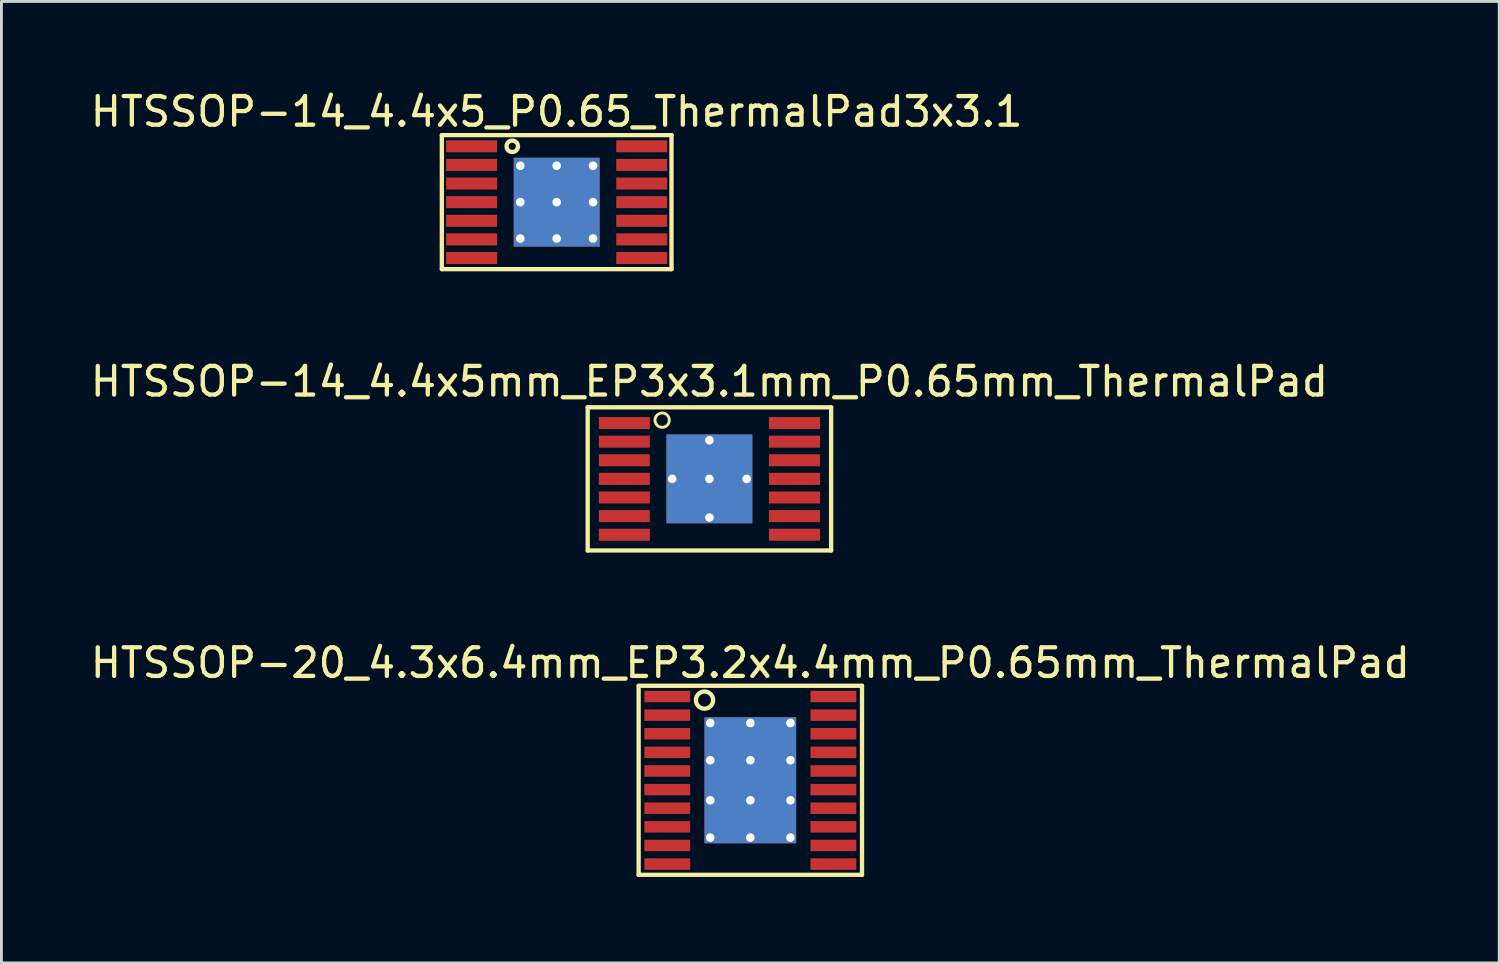
<source format=kicad_pcb>
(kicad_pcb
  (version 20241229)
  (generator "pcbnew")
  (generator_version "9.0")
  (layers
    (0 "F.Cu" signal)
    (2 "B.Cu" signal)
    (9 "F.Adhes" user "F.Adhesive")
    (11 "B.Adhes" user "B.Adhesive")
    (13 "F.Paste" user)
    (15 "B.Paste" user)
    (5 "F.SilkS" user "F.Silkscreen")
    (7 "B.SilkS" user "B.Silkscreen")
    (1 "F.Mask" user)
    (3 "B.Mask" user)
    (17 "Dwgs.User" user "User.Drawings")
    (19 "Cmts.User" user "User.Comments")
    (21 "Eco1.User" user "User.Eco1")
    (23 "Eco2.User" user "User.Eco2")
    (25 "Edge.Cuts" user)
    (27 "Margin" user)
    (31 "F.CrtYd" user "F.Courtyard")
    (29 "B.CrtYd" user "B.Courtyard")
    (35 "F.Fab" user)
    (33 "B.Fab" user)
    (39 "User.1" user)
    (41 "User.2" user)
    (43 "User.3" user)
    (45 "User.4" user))
  (footprint "HTSSOP-14_4.4x5mm_EP3x3.1mm_P0.65mm_ThermalPad"
    (layer "F.Cu")
    (at 21.72 13.671)
    (property "Reference" "HTSSOP-14_4.4x5mm_EP3x3.1mm_P0.65mm_ThermalPad" (at 0 -3.4 0) (layer "F.SilkS") (effects (font (size 1 1) (thickness 0.15))))
    (attr through_hole)
    (fp_line (start -4.25 -2.5) (end 4.25 -2.5) (stroke (width 0.15) (type solid)) (layer "F.SilkS"))
    (fp_line (start -4.25 2.5) (end -4.25 -2.5) (stroke (width 0.15) (type solid)) (layer "F.SilkS"))
    (fp_line (start 4.25 -2.5) (end 4.25 2.5) (stroke (width 0.15) (type solid)) (layer "F.SilkS"))
    (fp_line (start 4.25 2.5) (end -4.25 2.5) (stroke (width 0.15) (type solid)) (layer "F.SilkS"))
    (fp_circle (center -1.65 -2.05) (end -1.65 -2.3) (stroke (width 0.1) (type solid)) (fill no) (layer "F.SilkS"))
    (pad "" smd rect (at -0.75 -0.75) (size 1.3 1.3) (layers "F.Paste"))
    (pad "" smd rect (at -0.75 0.75) (size 1.3 1.3) (layers "F.Paste"))
    (pad "" smd rect (at 0.75 -0.75) (size 1.3 1.3) (layers "F.Paste"))
    (pad "" smd rect (at 0.75 0.75) (size 1.3 1.3) (layers "F.Paste"))
    (pad "1" smd rect (at -2.97 -1.95) (size 1.78 0.42) (layers "F.Cu" "F.Mask" "F.Paste"))
    (pad "2" smd rect (at -2.97 -1.3) (size 1.78 0.42) (layers "F.Cu" "F.Mask" "F.Paste"))
    (pad "3" smd rect (at -2.97 -0.65) (size 1.78 0.42) (layers "F.Cu" "F.Mask" "F.Paste"))
    (pad "4" smd rect (at -2.97 0) (size 1.78 0.42) (layers "F.Cu" "F.Mask" "F.Paste"))
    (pad "5" smd rect (at -2.97 0.65) (size 1.78 0.42) (layers "F.Cu" "F.Mask" "F.Paste"))
    (pad "6" smd rect (at -2.97 1.3) (size 1.78 0.42) (layers "F.Cu" "F.Mask" "F.Paste"))
    (pad "7" smd rect (at -2.97 1.95) (size 1.78 0.42) (layers "F.Cu" "F.Mask" "F.Paste"))
    (pad "7" thru_hole circle (at -1.3 0) (size 0.35 0.35) (drill 0.3) (layers "*.Cu"))
    (pad "7" thru_hole circle (at 0 -1.35) (size 0.35 0.35) (drill 0.3) (layers "*.Cu"))
    (pad "7" thru_hole circle (at 0 0) (size 0.35 0.35) (drill 0.3) (layers "*.Cu"))
    (pad "7" smd rect (at 0 0) (size 3 3.1) (layers "F.Cu" "F.Mask"))
    (pad "7" smd rect (at 0 0) (size 3 3.1) (layers "B.Cu"))
    (pad "7" thru_hole circle (at 0 1.35) (size 0.35 0.35) (drill 0.3) (layers "*.Cu"))
    (pad "7" thru_hole circle (at 1.3 0) (size 0.35 0.35) (drill 0.3) (layers "*.Cu"))
    (pad "8" smd rect (at 2.97 1.95) (size 1.78 0.42) (layers "F.Cu" "F.Mask" "F.Paste"))
    (pad "9" smd rect (at 2.97 1.3) (size 1.78 0.42) (layers "F.Cu" "F.Mask" "F.Paste"))
    (pad "10" smd rect (at 2.97 0.65) (size 1.78 0.42) (layers "F.Cu" "F.Mask" "F.Paste"))
    (pad "11" smd rect (at 2.97 0) (size 1.78 0.42) (layers "F.Cu" "F.Mask" "F.Paste"))
    (pad "12" smd rect (at 2.97 -0.65) (size 1.78 0.42) (layers "F.Cu" "F.Mask" "F.Paste"))
    (pad "13" smd rect (at 2.97 -1.3) (size 1.78 0.42) (layers "F.Cu" "F.Mask" "F.Paste"))
    (pad "14" smd rect (at 2.97 -1.95) (size 1.78 0.42) (layers "F.Cu" "F.Mask" "F.Paste")))
  (footprint "HTSSOP-20_4.3x6.4mm_EP3.2x4.4mm_P0.65mm_ThermalPad"
    (layer "F.Cu")
    (at 23.149 24.195)
    (property "Reference" "HTSSOP-20_4.3x6.4mm_EP3.2x4.4mm_P0.65mm_ThermalPad" (at 0 -4.1 0) (layer "F.SilkS") (effects (font (size 1 1) (thickness 0.15))))
    (attr through_hole)
    (fp_line (start -3.9 -3.3) (end 3.9 -3.3) (stroke (width 0.15) (type solid)) (layer "F.SilkS"))
    (fp_line (start -3.9 3.3) (end -3.9 -3.3) (stroke (width 0.15) (type solid)) (layer "F.SilkS"))
    (fp_line (start 3.9 -3.3) (end 3.9 3.3) (stroke (width 0.15) (type solid)) (layer "F.SilkS"))
    (fp_line (start 3.9 3.3) (end -3.9 3.3) (stroke (width 0.15) (type solid)) (layer "F.SilkS"))
    (fp_circle (center -1.6 -2.8) (end -1.6 -3.1) (stroke (width 0.15) (type solid)) (fill no) (layer "F.SilkS"))
    (pad "" smd rect (at -0.75 -1.4) (size 1.3 1.2) (layers "F.Paste"))
    (pad "" smd rect (at -0.75 0) (size 1.3 1.2) (layers "F.Paste"))
    (pad "" smd rect (at -0.75 1.4) (size 1.3 1.2) (layers "F.Paste"))
    (pad "" smd rect (at 0.75 -1.4) (size 1.3 1.2) (layers "F.Paste"))
    (pad "" smd rect (at 0.75 0) (size 1.3 1.2) (layers "F.Paste"))
    (pad "" smd rect (at 0.75 1.4) (size 1.3 1.2) (layers "F.Paste"))
    (pad "1" smd rect (at -2.9 -2.925) (size 1.6 0.4) (layers "F.Cu" "F.Mask" "F.Paste"))
    (pad "2" smd rect (at -2.9 -2.275) (size 1.6 0.4) (layers "F.Cu" "F.Mask" "F.Paste"))
    (pad "3" smd rect (at -2.9 -1.625) (size 1.6 0.4) (layers "F.Cu" "F.Mask" "F.Paste"))
    (pad "4" smd rect (at -2.9 -0.975) (size 1.6 0.4) (layers "F.Cu" "F.Mask" "F.Paste"))
    (pad "5" smd rect (at -2.9 -0.325) (size 1.6 0.4) (layers "F.Cu" "F.Mask" "F.Paste"))
    (pad "6" smd rect (at -2.9 0.325) (size 1.6 0.4) (layers "F.Cu" "F.Mask" "F.Paste"))
    (pad "7" smd rect (at -2.9 0.975) (size 1.6 0.4) (layers "F.Cu" "F.Mask" "F.Paste"))
    (pad "8" smd rect (at -2.9 1.625) (size 1.6 0.4) (layers "F.Cu" "F.Mask" "F.Paste"))
    (pad "9" smd rect (at -2.9 2.275) (size 1.6 0.4) (layers "F.Cu" "F.Mask" "F.Paste"))
    (pad "10" smd rect (at -2.9 2.925) (size 1.6 0.4) (layers "F.Cu" "F.Mask" "F.Paste"))
    (pad "11" smd rect (at 2.9 2.925) (size 1.6 0.4) (layers "F.Cu" "F.Mask" "F.Paste"))
    (pad "12" smd rect (at 2.9 2.275) (size 1.6 0.4) (layers "F.Cu" "F.Mask" "F.Paste"))
    (pad "13" smd rect (at 2.9 1.625) (size 1.6 0.4) (layers "F.Cu" "F.Mask" "F.Paste"))
    (pad "14" smd rect (at 2.9 0.975) (size 1.6 0.4) (layers "F.Cu" "F.Mask" "F.Paste"))
    (pad "15" smd rect (at 2.9 0.325) (size 1.6 0.4) (layers "F.Cu" "F.Mask" "F.Paste"))
    (pad "16" smd rect (at 2.9 -0.325) (size 1.6 0.4) (layers "F.Cu" "F.Mask" "F.Paste"))
    (pad "17" smd rect (at 2.9 -0.975) (size 1.6 0.4) (layers "F.Cu" "F.Mask" "F.Paste"))
    (pad "18" smd rect (at 2.9 -1.625) (size 1.6 0.4) (layers "F.Cu" "F.Mask" "F.Paste"))
    (pad "19" smd rect (at 2.9 -2.275) (size 1.6 0.4) (layers "F.Cu" "F.Mask" "F.Paste"))
    (pad "20" smd rect (at 2.9 -2.925) (size 1.6 0.4) (layers "F.Cu" "F.Mask" "F.Paste"))
    (pad "21" thru_hole circle (at -1.4 -2) (size 0.35 0.35) (drill 0.3) (layers "*.Cu"))
    (pad "21" thru_hole circle (at -1.4 -0.7) (size 0.35 0.35) (drill 0.3) (layers "*.Cu"))
    (pad "21" thru_hole circle (at -1.4 0.7) (size 0.35 0.35) (drill 0.3) (layers "*.Cu"))
    (pad "21" thru_hole circle (at -1.4 2) (size 0.35 0.35) (drill 0.3) (layers "*.Cu"))
    (pad "21" thru_hole circle (at 0 -2) (size 0.35 0.35) (drill 0.3) (layers "*.Cu"))
    (pad "21" thru_hole circle (at 0 -0.7) (size 0.35 0.35) (drill 0.3) (layers "*.Cu"))
    (pad "21" smd rect (at 0 0) (size 3.2 4.4) (layers "F.Cu" "F.Mask"))
    (pad "21" smd rect (at 0 0) (size 3.2 4.4) (layers "B.Cu"))
    (pad "21" thru_hole circle (at 0 0.7) (size 0.35 0.35) (drill 0.3) (layers "*.Cu"))
    (pad "21" thru_hole circle (at 0 2) (size 0.35 0.35) (drill 0.3) (layers "*.Cu"))
    (pad "21" thru_hole circle (at 1.4 -2) (size 0.35 0.35) (drill 0.3) (layers "*.Cu"))
    (pad "21" thru_hole circle (at 1.4 -0.7) (size 0.35 0.35) (drill 0.3) (layers "*.Cu"))
    (pad "21" thru_hole circle (at 1.4 0.7) (size 0.35 0.35) (drill 0.3) (layers "*.Cu"))
    (pad "21" thru_hole circle (at 1.4 2) (size 0.35 0.35) (drill 0.3) (layers "*.Cu")))
  (footprint "HTSSOP-14_4.4x5_P0.65_ThermalPad3x3.1"
    (layer "F.Cu")
    (at 16.387 4.008)
    (property "Reference" "HTSSOP-14_4.4x5_P0.65_ThermalPad3x3.1" (at 0 -3.16 0) (layer "F.SilkS") (effects (font (size 1 1) (thickness 0.15))))
    (attr through_hole)
    (fp_line (start -4.01 -2.34) (end 4.01 -2.34) (stroke (width 0.15) (type solid)) (layer "F.SilkS"))
    (fp_line (start -4.01 2.34) (end -4.01 -2.34) (stroke (width 0.15) (type solid)) (layer "F.SilkS"))
    (fp_line (start 4.01 -2.34) (end 4.01 2.34) (stroke (width 0.15) (type solid)) (layer "F.SilkS"))
    (fp_line (start 4.01 2.34) (end -4.01 2.34) (stroke (width 0.15) (type solid)) (layer "F.SilkS"))
    (fp_circle (center -1.55 -1.95) (end -1.35 -1.95) (stroke (width 0.15) (type solid)) (fill no) (layer "F.SilkS"))
    (pad "" np_thru_hole circle (at -1.27 -1.27) (size 0.3 0.3) (drill 0.3) (layers "*.Cu"))
    (pad "" np_thru_hole circle (at -1.27 0) (size 0.3 0.3) (drill 0.3) (layers "*.Cu"))
    (pad "" np_thru_hole circle (at -1.27 1.27) (size 0.3 0.3) (drill 0.3) (layers "*.Cu"))
    (pad "" np_thru_hole circle (at 0 -1.27) (size 0.3 0.3) (drill 0.3) (layers "*.Cu"))
    (pad "" np_thru_hole circle (at 0 0) (size 0.3 0.3) (drill 0.3) (layers "*.Cu"))
    (pad "" np_thru_hole circle (at 0 1.27) (size 0.3 0.3) (drill 0.3) (layers "*.Cu"))
    (pad "" np_thru_hole circle (at 1.27 -1.27) (size 0.3 0.3) (drill 0.3) (layers "*.Cu"))
    (pad "" np_thru_hole circle (at 1.27 0) (size 0.3 0.3) (drill 0.3) (layers "*.Cu"))
    (pad "" np_thru_hole circle (at 1.27 1.27) (size 0.3 0.3) (drill 0.3) (layers "*.Cu"))
    (pad "1" smd rect (at -2.97 -1.95) (size 1.78 0.42) (layers "F.Cu" "F.Mask" "F.Paste"))
    (pad "2" smd rect (at -2.97 -1.3) (size 1.78 0.42) (layers "F.Cu" "F.Mask" "F.Paste"))
    (pad "3" smd rect (at -2.97 -0.65) (size 1.78 0.42) (layers "F.Cu" "F.Mask" "F.Paste"))
    (pad "4" smd rect (at -2.97 0) (size 1.78 0.42) (layers "F.Cu" "F.Mask" "F.Paste"))
    (pad "5" smd rect (at -2.97 0.65) (size 1.78 0.42) (layers "F.Cu" "F.Mask" "F.Paste"))
    (pad "6" smd rect (at -2.97 1.3) (size 1.78 0.42) (layers "F.Cu" "F.Mask" "F.Paste"))
    (pad "7" smd rect (at -2.97 1.95) (size 1.78 0.42) (layers "F.Cu" "F.Mask" "F.Paste"))
    (pad "8" smd rect (at 2.97 1.95) (size 1.78 0.42) (layers "F.Cu" "F.Mask" "F.Paste"))
    (pad "9" smd rect (at 2.97 1.3) (size 1.78 0.42) (layers "F.Cu" "F.Mask" "F.Paste"))
    (pad "10" smd rect (at 2.97 0.65) (size 1.78 0.42) (layers "F.Cu" "F.Mask" "F.Paste"))
    (pad "11" smd rect (at 2.97 0) (size 1.78 0.42) (layers "F.Cu" "F.Mask" "F.Paste"))
    (pad "12" smd rect (at 2.97 -0.65) (size 1.78 0.42) (layers "F.Cu" "F.Mask" "F.Paste"))
    (pad "13" smd rect (at 2.97 -1.3) (size 1.78 0.42) (layers "F.Cu" "F.Mask" "F.Paste"))
    (pad "14" smd rect (at 2.97 -1.95) (size 1.78 0.42) (layers "F.Cu" "F.Mask" "F.Paste"))
    (pad "15" smd rect (at 0 0) (size 3 3.1) (layers "F.Cu" "F.Mask" "F.Paste"))
    (pad "15" smd rect (at 0 0) (size 3 3.1) (layers "B.Cu" "B.Mask" "B.Paste")))
  (gr_rect
    (start -3 -3)
    (end 49.298 30.57)
    (stroke (width 0.1) (type default))
    (fill no)
    (layer "Edge.Cuts")))
</source>
